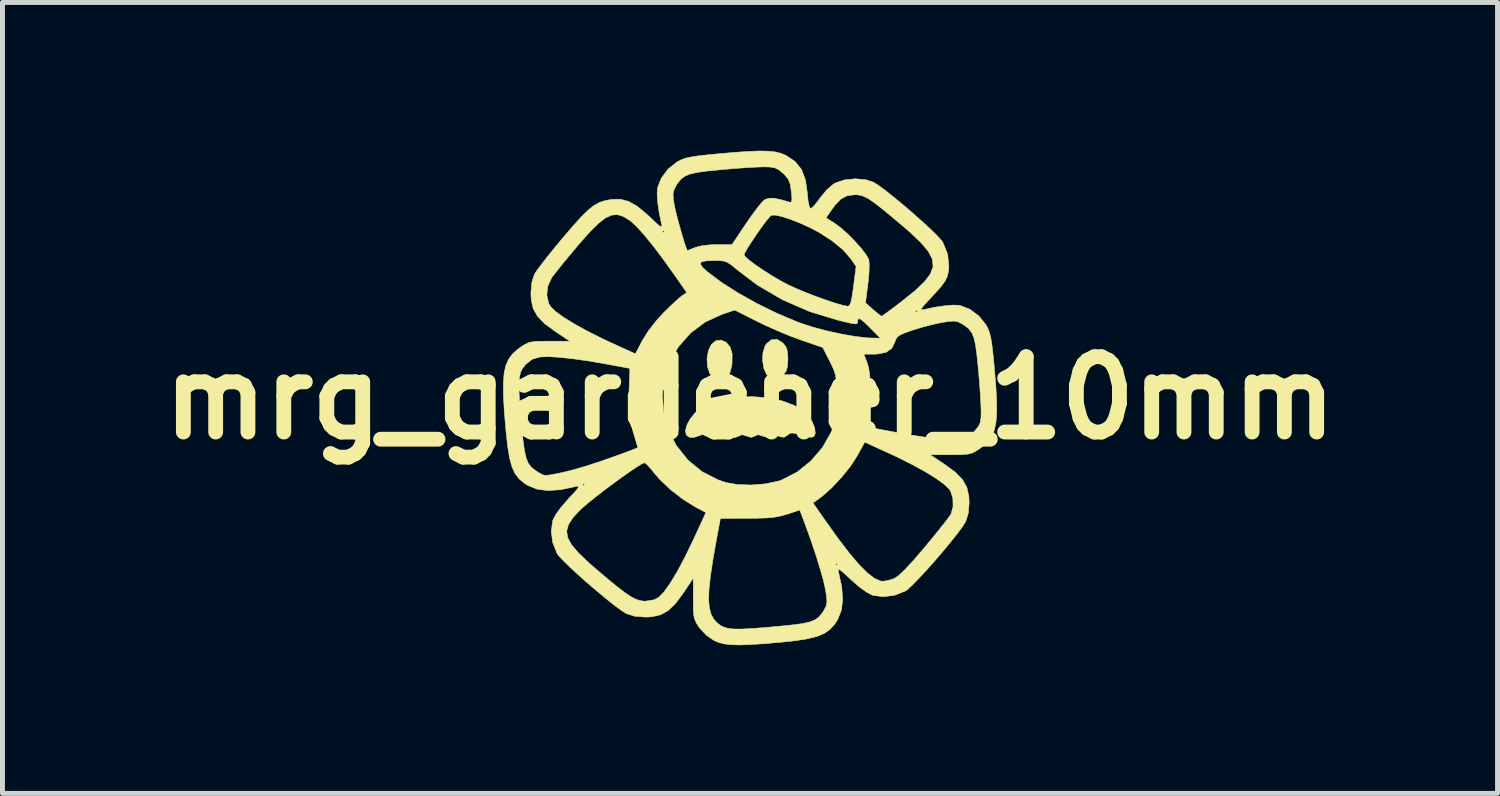
<source format=kicad_pcb>
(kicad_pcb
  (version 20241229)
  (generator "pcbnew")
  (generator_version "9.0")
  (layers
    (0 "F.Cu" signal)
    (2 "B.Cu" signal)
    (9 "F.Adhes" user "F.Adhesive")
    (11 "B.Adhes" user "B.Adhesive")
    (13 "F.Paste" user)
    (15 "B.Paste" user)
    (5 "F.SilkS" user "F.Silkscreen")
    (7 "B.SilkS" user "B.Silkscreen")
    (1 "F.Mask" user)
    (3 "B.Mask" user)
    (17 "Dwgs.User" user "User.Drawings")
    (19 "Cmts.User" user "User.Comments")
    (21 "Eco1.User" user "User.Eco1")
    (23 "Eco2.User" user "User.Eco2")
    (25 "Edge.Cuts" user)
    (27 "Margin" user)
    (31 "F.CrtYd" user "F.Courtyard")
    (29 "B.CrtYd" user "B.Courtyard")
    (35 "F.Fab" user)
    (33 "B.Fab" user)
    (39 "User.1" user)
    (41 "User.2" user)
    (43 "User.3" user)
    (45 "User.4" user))
  (footprint "mrg_gardener_10mm"
    (layer "F.Cu")
    (at 12.127 5.003)
    (property "Reference" "mrg_gardener_10mm" (at 0 0 0) (layer "F.SilkS") (effects (font (size 1.524 1.524) (thickness 0.3))))
    (attr through_hole)
    (fp_poly (pts (xy -0.482 -1.126) (xy -0.402 -1.03) (xy -0.362 -0.893) (xy -0.362 -0.887) (xy -0.365 -0.675) (xy -0.406 -0.512) (xy -0.481 -0.406) (xy -0.584 -0.363) (xy -0.709 -0.392) (xy -0.733 -0.405) (xy -0.814 -0.495) (xy -0.861 -0.633) (xy -0.871 -0.796) (xy -0.842 -0.958) (xy -0.784 -1.08) (xy -0.691 -1.159) (xy -0.584 -1.171) (xy -0.482 -1.126)) (stroke (width 0.01) (type solid)) (fill yes) (layer "F.SilkS"))
    (fp_poly (pts (xy 0.665 -1.113) (xy 0.726 -1.036) (xy 0.757 -0.946) (xy 0.766 -0.811) (xy 0.766 -0.786) (xy 0.759 -0.642) (xy 0.732 -0.546) (xy 0.675 -0.47) (xy 0.667 -0.462) (xy 0.588 -0.391) (xy 0.526 -0.37) (xy 0.443 -0.393) (xy 0.416 -0.404) (xy 0.334 -0.476) (xy 0.28 -0.601) (xy 0.254 -0.754) (xy 0.261 -0.912) (xy 0.303 -1.05) (xy 0.333 -1.098) (xy 0.438 -1.18) (xy 0.553 -1.184) (xy 0.665 -1.113)) (stroke (width 0.01) (type solid)) (fill yes) (layer "F.SilkS"))
    (fp_poly (pts (xy 0.365 -0.001) (xy 0.65 0.059) (xy 0.901 0.153) (xy 1.1 0.281) (xy 1.166 0.345) (xy 1.254 0.472) (xy 1.308 0.603) (xy 1.32 0.715) (xy 1.295 0.778) (xy 1.239 0.797) (xy 1.135 0.782) (xy 1.04 0.755) (xy 0.916 0.718) (xy 0.842 0.708) (xy 0.792 0.725) (xy 0.758 0.753) (xy 0.689 0.796) (xy 0.611 0.784) (xy 0.58 0.771) (xy 0.487 0.744) (xy 0.421 0.768) (xy 0.418 0.771) (xy 0.352 0.798) (xy 0.261 0.773) (xy 0.256 0.771) (xy 0.164 0.743) (xy 0.097 0.769) (xy 0.095 0.771) (xy 0.029 0.798) (xy -0.062 0.773) (xy -0.066 0.771) (xy -0.159 0.743) (xy -0.225 0.769) (xy -0.227 0.771) (xy -0.296 0.798) (xy -0.385 0.772) (xy -0.486 0.747) (xy -0.562 0.774) (xy -0.634 0.798) (xy -0.716 0.769) (xy -0.739 0.754) (xy -0.816 0.713) (xy -0.886 0.712) (xy -0.984 0.747) (xy -1.122 0.795) (xy -1.214 0.8) (xy -1.278 0.76) (xy -1.287 0.75) (xy -1.308 0.667) (xy -1.279 0.55) (xy -1.209 0.421) (xy -1.109 0.3) (xy -1.035 0.237) (xy -0.812 0.115) (xy -0.545 0.031) (xy -0.249 -0.016) (xy 0.059 -0.027) (xy 0.365 -0.001)) (stroke (width 0.01) (type solid)) (fill yes) (layer "F.SilkS"))
    (fp_poly (pts (xy 0.37 -4.994) (xy 0.509 -4.979) (xy 0.621 -4.952) (xy 0.717 -4.913) (xy 0.727 -4.909) (xy 0.912 -4.785) (xy 1.042 -4.623) (xy 1.122 -4.412) (xy 1.158 -4.159) (xy 1.175 -3.988) (xy 1.198 -3.876) (xy 1.223 -3.832) (xy 1.225 -3.832) (xy 1.27 -3.863) (xy 1.342 -3.945) (xy 1.423 -4.054) (xy 1.55 -4.209) (xy 1.685 -4.325) (xy 1.734 -4.354) (xy 1.917 -4.414) (xy 2.132 -4.435) (xy 2.343 -4.416) (xy 2.501 -4.364) (xy 2.599 -4.302) (xy 2.739 -4.199) (xy 2.909 -4.064) (xy 3.096 -3.91) (xy 3.289 -3.744) (xy 3.474 -3.58) (xy 3.641 -3.427) (xy 3.777 -3.295) (xy 3.869 -3.195) (xy 3.901 -3.152) (xy 3.999 -2.91) (xy 4.024 -2.663) (xy 4.013 -2.553) (xy 3.991 -2.459) (xy 3.95 -2.371) (xy 3.878 -2.27) (xy 3.764 -2.139) (xy 3.696 -2.067) (xy 3.57 -1.932) (xy 3.494 -1.845) (xy 3.464 -1.799) (xy 3.474 -1.783) (xy 3.519 -1.789) (xy 3.528 -1.791) (xy 3.737 -1.836) (xy 3.942 -1.866) (xy 4.12 -1.88) (xy 4.245 -1.874) (xy 4.25 -1.873) (xy 4.447 -1.796) (xy 4.631 -1.659) (xy 4.773 -1.482) (xy 4.776 -1.478) (xy 4.817 -1.399) (xy 4.849 -1.312) (xy 4.875 -1.202) (xy 4.898 -1.053) (xy 4.921 -0.85) (xy 4.939 -0.66) (xy 4.972 -0.277) (xy 4.99 0.037) (xy 4.992 0.29) (xy 4.977 0.492) (xy 4.943 0.653) (xy 4.887 0.781) (xy 4.81 0.887) (xy 4.707 0.98) (xy 4.643 1.028) (xy 4.559 1.083) (xy 4.484 1.118) (xy 4.398 1.138) (xy 4.278 1.147) (xy 4.103 1.149) (xy 4.056 1.149) (xy 3.645 1.148) (xy 3.948 1.351) (xy 4.158 1.506) (xy 4.301 1.654) (xy 4.388 1.809) (xy 4.428 1.989) (xy 4.434 2.118) (xy 4.417 2.332) (xy 4.365 2.498) (xy 4.364 2.501) (xy 4.301 2.601) (xy 4.197 2.742) (xy 4.061 2.913) (xy 3.905 3.101) (xy 3.739 3.295) (xy 3.574 3.481) (xy 3.419 3.648) (xy 3.287 3.784) (xy 3.187 3.876) (xy 3.146 3.905) (xy 2.928 3.992) (xy 2.696 4.022) (xy 2.483 3.993) (xy 2.474 3.99) (xy 2.362 3.932) (xy 2.217 3.828) (xy 2.059 3.69) (xy 2.04 3.673) (xy 1.912 3.553) (xy 1.831 3.486) (xy 1.791 3.467) (xy 1.785 3.492) (xy 1.788 3.508) (xy 1.855 3.821) (xy 1.875 4.08) (xy 1.848 4.297) (xy 1.773 4.486) (xy 1.71 4.582) (xy 1.618 4.683) (xy 1.505 4.763) (xy 1.357 4.825) (xy 1.164 4.873) (xy 0.913 4.912) (xy 0.636 4.942) (xy 0.288 4.972) (xy 0.009 4.99) (xy -0.211 4.998) (xy -0.385 4.993) (xy -0.522 4.977) (xy -0.633 4.948) (xy -0.727 4.909) (xy -0.88 4.803) (xy -1.014 4.661) (xy -1.028 4.643) (xy -1.083 4.559) (xy -1.118 4.484) (xy -1.138 4.397) (xy -1.147 4.277) (xy -1.149 4.102) (xy -1.149 4.079) (xy -0.837 4.079) (xy -0.823 4.246) (xy -0.788 4.376) (xy -0.732 4.478) (xy -0.662 4.554) (xy -0.598 4.603) (xy -0.528 4.639) (xy -0.441 4.663) (xy -0.326 4.675) (xy -0.172 4.676) (xy 0.03 4.666) (xy 0.293 4.646) (xy 0.602 4.618) (xy 0.869 4.591) (xy 1.07 4.564) (xy 1.216 4.53) (xy 1.322 4.486) (xy 1.4 4.426) (xy 1.465 4.345) (xy 1.504 4.283) (xy 1.541 4.207) (xy 1.556 4.131) (xy 1.55 4.028) (xy 1.528 3.885) (xy 1.489 3.707) (xy 1.423 3.471) (xy 1.391 3.367) (xy 1.734 3.367) (xy 1.754 3.387) (xy 1.774 3.367) (xy 1.754 3.346) (xy 1.734 3.367) (xy 1.391 3.367) (xy 1.338 3.195) (xy 1.238 2.896) (xy 1.128 2.59) (xy 1.092 2.494) (xy 1.006 2.267) (xy 0.755 2.351) (xy 0.629 2.387) (xy 0.498 2.412) (xy 0.342 2.427) (xy 0.14 2.434) (xy -0.048 2.436) (xy -0.599 2.437) (xy -0.682 2.882) (xy -0.752 3.277) (xy -0.801 3.603) (xy -0.83 3.867) (xy -0.837 4.079) (xy -1.149 4.079) (xy -1.149 4.057) (xy -1.149 3.646) (xy -1.351 3.949) (xy -1.507 4.159) (xy -1.654 4.301) (xy -1.81 4.388) (xy -1.991 4.428) (xy -2.118 4.434) (xy -2.332 4.417) (xy -2.498 4.365) (xy -2.501 4.364) (xy -2.601 4.301) (xy -2.742 4.197) (xy -2.913 4.061) (xy -3.101 3.905) (xy -3.295 3.739) (xy -3.481 3.574) (xy -3.648 3.419) (xy -3.784 3.287) (xy -3.876 3.187) (xy -3.905 3.146) (xy -3.992 2.928) (xy -4.022 2.696) (xy -4.021 2.689) (xy -3.71 2.689) (xy -3.691 2.824) (xy -3.612 2.97) (xy -3.472 3.135) (xy -3.267 3.331) (xy -3.125 3.455) (xy -2.879 3.663) (xy -2.684 3.823) (xy -2.529 3.941) (xy -2.407 4.023) (xy -2.307 4.074) (xy -2.22 4.102) (xy -2.137 4.112) (xy -2.115 4.112) (xy -1.94 4.084) (xy -1.843 4.032) (xy -1.738 3.921) (xy -1.611 3.742) (xy -1.467 3.502) (xy -1.31 3.207) (xy -1.146 2.866) (xy -1.144 2.863) (xy -0.893 2.319) (xy -1.11 2.203) (xy -1.239 2.123) (xy 1.274 2.123) (xy 1.51 2.462) (xy 1.773 2.831) (xy 2.003 3.132) (xy 2.201 3.366) (xy 2.371 3.537) (xy 2.515 3.649) (xy 2.636 3.703) (xy 2.688 3.709) (xy 2.792 3.694) (xy 2.913 3.656) (xy 2.92 3.653) (xy 3.008 3.593) (xy 3.138 3.47) (xy 3.311 3.283) (xy 3.528 3.029) (xy 3.538 3.018) (xy 3.694 2.829) (xy 3.834 2.656) (xy 3.949 2.511) (xy 4.029 2.405) (xy 4.066 2.351) (xy 4.108 2.204) (xy 4.105 2.036) (xy 4.059 1.887) (xy 4.03 1.842) (xy 3.928 1.745) (xy 3.761 1.625) (xy 3.54 1.489) (xy 3.275 1.344) (xy 2.978 1.195) (xy 2.833 1.128) (xy 2.321 0.894) (xy 2.163 1.181) (xy 2.03 1.385) (xy 1.853 1.604) (xy 1.657 1.814) (xy 1.463 1.987) (xy 1.393 2.04) (xy 1.274 2.123) (xy -1.239 2.123) (xy -1.362 2.046) (xy -1.61 1.854) (xy -1.827 1.648) (xy -1.944 1.511) (xy -2.029 1.406) (xy -2.1 1.333) (xy -2.137 1.31) (xy -2.191 1.334) (xy -2.296 1.399) (xy -2.439 1.495) (xy -2.608 1.615) (xy -2.791 1.748) (xy -2.975 1.886) (xy -3.147 2.02) (xy -3.296 2.14) (xy -3.408 2.238) (xy -3.433 2.261) (xy -3.579 2.417) (xy -3.672 2.557) (xy -3.71 2.689) (xy -4.021 2.689) (xy -3.993 2.483) (xy -3.99 2.474) (xy -3.932 2.362) (xy -3.828 2.217) (xy -3.69 2.059) (xy -3.673 2.04) (xy -3.553 1.912) (xy -3.486 1.831) (xy -3.467 1.791) (xy -3.492 1.785) (xy -3.508 1.788) (xy -3.825 1.855) (xy -4.088 1.875) (xy -4.31 1.845) (xy -4.5 1.767) (xy -4.521 1.754) (xy -3.387 1.754) (xy -3.367 1.774) (xy -3.346 1.754) (xy -3.367 1.734) (xy -3.387 1.754) (xy -4.521 1.754) (xy -4.566 1.725) (xy -4.671 1.638) (xy -4.753 1.533) (xy -4.816 1.397) (xy -4.865 1.218) (xy -4.904 0.985) (xy -4.937 0.684) (xy -4.939 0.66) (xy -4.972 0.277) (xy -4.99 -0.037) (xy -4.991 -0.171) (xy -4.676 -0.171) (xy -4.666 0.033) (xy -4.646 0.296) (xy -4.619 0.597) (xy -4.592 0.865) (xy -4.564 1.066) (xy -4.531 1.212) (xy -4.488 1.318) (xy -4.431 1.396) (xy -4.354 1.46) (xy -4.302 1.494) (xy -4.234 1.535) (xy -4.182 1.559) (xy -4.126 1.566) (xy -4.045 1.557) (xy -3.916 1.533) (xy -3.824 1.514) (xy -3.605 1.462) (xy -3.329 1.382) (xy -3.011 1.278) (xy -2.668 1.157) (xy -2.496 1.093) (xy -2.27 1.007) (xy -2.368 0.675) (xy -2.412 0.514) (xy -2.439 0.377) (xy -2.452 0.234) (xy -2.454 0.061) (xy -2.451 -0.058) (xy -1.775 -0.058) (xy -1.748 0.297) (xy -1.654 0.641) (xy -1.495 0.957) (xy -1.494 0.959) (xy -1.256 1.257) (xy -0.969 1.492) (xy -0.639 1.66) (xy -0.483 1.712) (xy -0.247 1.753) (xy 0.028 1.761) (xy 0.309 1.738) (xy 0.561 1.686) (xy 0.645 1.658) (xy 0.953 1.499) (xy 1.231 1.276) (xy 1.466 1.002) (xy 1.642 0.693) (xy 1.662 0.645) (xy 1.705 0.523) (xy 1.732 0.397) (xy 1.747 0.244) (xy 1.752 0.04) (xy 1.753 -0.021) (xy 1.752 -0.219) (xy 1.745 -0.361) (xy 1.729 -0.468) (xy 1.697 -0.566) (xy 1.646 -0.678) (xy 1.613 -0.744) (xy 1.54 -0.887) (xy 2.302 -0.887) (xy 2.369 -0.716) (xy 2.399 -0.617) (xy 2.419 -0.489) (xy 2.431 -0.317) (xy 2.437 -0.086) (xy 2.438 0.028) (xy 2.439 0.6) (xy 2.883 0.683) (xy 3.233 0.746) (xy 3.519 0.79) (xy 3.755 0.817) (xy 3.955 0.83) (xy 4.133 0.829) (xy 4.151 0.828) (xy 4.299 0.816) (xy 4.395 0.793) (xy 4.469 0.746) (xy 4.544 0.67) (xy 4.619 0.581) (xy 4.658 0.499) (xy 4.674 0.395) (xy 4.676 0.273) (xy 4.672 0.141) (xy 4.662 -0.049) (xy 4.646 -0.275) (xy 4.626 -0.515) (xy 4.618 -0.602) (xy 4.591 -0.869) (xy 4.564 -1.07) (xy 4.53 -1.216) (xy 4.486 -1.322) (xy 4.426 -1.4) (xy 4.345 -1.465) (xy 4.283 -1.504) (xy 4.207 -1.541) (xy 4.131 -1.556) (xy 4.028 -1.55) (xy 3.886 -1.528) (xy 3.707 -1.49) (xy 3.497 -1.436) (xy 3.299 -1.376) (xy 3.289 -1.372) (xy 3.13 -1.316) (xy 3.03 -1.271) (xy 2.974 -1.227) (xy 2.944 -1.172) (xy 2.934 -1.138) (xy 2.869 -1.005) (xy 2.753 -0.923) (xy 2.576 -0.889) (xy 2.513 -0.887) (xy 2.302 -0.887) (xy 1.54 -0.887) (xy 1.472 -1.021) (xy 1.028 -1.174) (xy 0.799 -1.259) (xy 0.537 -1.368) (xy 0.282 -1.483) (xy 0.138 -1.553) (xy -0.309 -1.779) (xy -0.564 -1.693) (xy -0.906 -1.537) (xy -1.203 -1.315) (xy -1.451 -1.033) (xy -1.624 -0.735) (xy -1.734 -0.408) (xy -1.775 -0.058) (xy -2.451 -0.058) (xy -2.449 -0.128) (xy -2.431 -0.598) (xy -2.879 -0.681) (xy -3.244 -0.745) (xy -3.574 -0.792) (xy -3.858 -0.823) (xy -4.086 -0.836) (xy -4.247 -0.829) (xy -4.257 -0.828) (xy -4.408 -0.783) (xy -4.531 -0.686) (xy -4.554 -0.662) (xy -4.603 -0.598) (xy -4.639 -0.528) (xy -4.663 -0.44) (xy -4.675 -0.325) (xy -4.676 -0.171) (xy -4.991 -0.171) (xy -4.992 -0.29) (xy -4.977 -0.492) (xy -4.943 -0.653) (xy -4.887 -0.781) (xy -4.81 -0.887) (xy -4.707 -0.98) (xy -4.643 -1.028) (xy -4.559 -1.083) (xy -4.484 -1.118) (xy -4.398 -1.138) (xy -4.278 -1.147) (xy -4.103 -1.149) (xy -4.056 -1.149) (xy -3.645 -1.148) (xy -3.948 -1.351) (xy -4.158 -1.506) (xy -4.301 -1.654) (xy -4.388 -1.809) (xy -4.428 -1.989) (xy -4.432 -2.078) (xy -4.112 -2.078) (xy -4.073 -1.912) (xy -4.03 -1.842) (xy -3.928 -1.744) (xy -3.761 -1.625) (xy -3.54 -1.489) (xy -3.275 -1.344) (xy -2.977 -1.195) (xy -2.832 -1.127) (xy -2.319 -0.893) (xy -2.179 -1.162) (xy -2.058 -1.355) (xy -1.896 -1.563) (xy -1.755 -1.718) (xy -1.623 -1.848) (xy -1.501 -1.962) (xy -1.409 -2.043) (xy -1.376 -2.068) (xy -1.28 -2.132) (xy -1.513 -2.467) (xy -1.688 -2.713) (xy -1.007 -2.713) (xy -0.962 -2.644) (xy -0.858 -2.549) (xy -0.578 -2.339) (xy -0.239 -2.123) (xy 0.14 -1.912) (xy 0.541 -1.715) (xy 0.944 -1.545) (xy 1.02 -1.516) (xy 1.266 -1.435) (xy 1.55 -1.359) (xy 1.846 -1.294) (xy 2.128 -1.245) (xy 2.371 -1.217) (xy 2.458 -1.213) (xy 2.638 -1.21) (xy 2.439 -1.411) (xy 2.316 -1.531) (xy 2.237 -1.595) (xy 2.193 -1.605) (xy 2.178 -1.567) (xy 2.177 -1.552) (xy 2.175 -1.519) (xy 2.16 -1.501) (xy 2.117 -1.499) (xy 2.031 -1.514) (xy 1.889 -1.547) (xy 1.794 -1.57) (xy 1.205 -1.749) (xy 0.65 -1.991) (xy 0.141 -2.29) (xy -0.249 -2.586) (xy -0.371 -2.687) (xy -0.461 -2.746) (xy -0.547 -2.773) (xy -0.655 -2.781) (xy -0.712 -2.781) (xy -0.886 -2.775) (xy -0.983 -2.754) (xy -1.007 -2.713) (xy -1.688 -2.713) (xy -1.742 -2.788) (xy -1.823 -2.896) (xy -0.121 -2.896) (xy -0.088 -2.85) (xy 0.001 -2.774) (xy 0.132 -2.677) (xy 0.291 -2.57) (xy 0.464 -2.461) (xy 0.637 -2.361) (xy 0.761 -2.295) (xy 0.922 -2.22) (xy 1.117 -2.139) (xy 1.328 -2.057) (xy 1.536 -1.982) (xy 1.725 -1.919) (xy 1.877 -1.875) (xy 1.974 -1.856) (xy 1.979 -1.856) (xy 2.011 -1.871) (xy 2.038 -1.927) (xy 2.062 -2.035) (xy 2.088 -2.208) (xy 2.095 -2.259) (xy 2.146 -2.663) (xy 2.036 -2.822) (xy 1.88 -3) (xy 1.661 -3.18) (xy 1.394 -3.352) (xy 1.23 -3.439) (xy 1.021 -3.535) (xy 0.82 -3.614) (xy 0.727 -3.645) (xy 1.539 -3.645) (xy 1.714 -3.534) (xy 1.84 -3.44) (xy 1.982 -3.313) (xy 2.124 -3.169) (xy 2.252 -3.025) (xy 2.35 -2.896) (xy 2.403 -2.8) (xy 2.405 -2.791) (xy 2.412 -2.703) (xy 2.409 -2.56) (xy 2.395 -2.386) (xy 2.385 -2.303) (xy 2.337 -1.925) (xy 2.489 -1.79) (xy 2.58 -1.713) (xy 2.644 -1.664) (xy 2.661 -1.655) (xy 2.699 -1.677) (xy 2.787 -1.74) (xy 2.805 -1.754) (xy 3.346 -1.754) (xy 3.367 -1.734) (xy 3.387 -1.754) (xy 3.367 -1.774) (xy 3.346 -1.754) (xy 2.805 -1.754) (xy 2.913 -1.834) (xy 3.064 -1.949) (xy 3.075 -1.958) (xy 3.335 -2.167) (xy 3.526 -2.347) (xy 3.649 -2.508) (xy 3.704 -2.658) (xy 3.689 -2.809) (xy 3.607 -2.968) (xy 3.457 -3.146) (xy 3.238 -3.353) (xy 3.085 -3.485) (xy 2.848 -3.684) (xy 2.663 -3.836) (xy 2.519 -3.948) (xy 2.408 -4.025) (xy 2.319 -4.073) (xy 2.243 -4.1) (xy 2.17 -4.111) (xy 2.12 -4.112) (xy 1.97 -4.094) (xy 1.846 -4.031) (xy 1.727 -3.911) (xy 1.657 -3.816) (xy 1.539 -3.645) (xy 0.727 -3.645) (xy 0.644 -3.671) (xy 0.508 -3.7) (xy 0.431 -3.698) (xy 0.389 -3.657) (xy 0.315 -3.566) (xy 0.222 -3.44) (xy 0.122 -3.296) (xy 0.026 -3.153) (xy -0.055 -3.026) (xy -0.107 -2.934) (xy -0.121 -2.896) (xy -1.823 -2.896) (xy -1.953 -3.068) (xy -2.14 -3.298) (xy -2.202 -3.367) (xy -1.774 -3.367) (xy -1.754 -3.346) (xy -1.734 -3.367) (xy -1.754 -3.387) (xy -1.774 -3.367) (xy -2.202 -3.367) (xy -2.297 -3.472) (xy -2.42 -3.584) (xy -2.43 -3.591) (xy -2.558 -3.67) (xy -2.677 -3.709) (xy -2.795 -3.701) (xy -2.922 -3.645) (xy -3.066 -3.535) (xy -3.236 -3.367) (xy -3.44 -3.137) (xy -3.485 -3.085) (xy -3.638 -2.901) (xy -3.781 -2.729) (xy -3.9 -2.58) (xy -3.986 -2.471) (xy -4.016 -2.429) (xy -4.093 -2.259) (xy -4.112 -2.078) (xy -4.432 -2.078) (xy -4.434 -2.118) (xy -4.417 -2.332) (xy -4.365 -2.498) (xy -4.364 -2.501) (xy -4.316 -2.576) (xy -4.224 -2.699) (xy -4.1 -2.859) (xy -3.951 -3.043) (xy -3.788 -3.239) (xy -3.781 -3.247) (xy -3.579 -3.483) (xy -3.416 -3.664) (xy -3.281 -3.796) (xy -3.165 -3.89) (xy -3.056 -3.952) (xy -2.944 -3.991) (xy -2.82 -4.015) (xy -2.803 -4.018) (xy -2.627 -4.022) (xy -2.46 -3.979) (xy -2.288 -3.883) (xy -2.096 -3.725) (xy -2.04 -3.673) (xy -1.913 -3.552) (xy -1.834 -3.483) (xy -1.793 -3.46) (xy -1.783 -3.477) (xy -1.792 -3.528) (xy -1.837 -3.742) (xy -1.867 -3.949) (xy -1.88 -4.122) (xy -1.558 -4.122) (xy -1.55 -4.012) (xy -1.532 -3.903) (xy -1.509 -3.793) (xy -1.472 -3.646) (xy -1.427 -3.48) (xy -1.38 -3.314) (xy -1.334 -3.164) (xy -1.297 -3.05) (xy -1.272 -2.989) (xy -1.267 -2.983) (xy -1.229 -2.997) (xy -1.144 -3.032) (xy -1.115 -3.044) (xy -0.987 -3.078) (xy -0.809 -3.099) (xy -0.667 -3.104) (xy -0.365 -3.104) (xy -0.081 -3.527) (xy 0.035 -3.694) (xy 0.144 -3.841) (xy 0.233 -3.95) (xy 0.291 -4.008) (xy 0.293 -4.009) (xy 0.376 -4.042) (xy 0.487 -4.042) (xy 0.644 -4.008) (xy 0.762 -3.973) (xy 0.816 -3.959) (xy 0.842 -3.972) (xy 0.848 -4.03) (xy 0.838 -4.148) (xy 0.835 -4.178) (xy 0.813 -4.325) (xy 0.775 -4.424) (xy 0.706 -4.509) (xy 0.668 -4.546) (xy 0.58 -4.619) (xy 0.499 -4.659) (xy 0.393 -4.674) (xy 0.273 -4.676) (xy 0.141 -4.672) (xy -0.049 -4.662) (xy -0.275 -4.646) (xy -0.515 -4.626) (xy -0.602 -4.618) (xy -0.869 -4.592) (xy -1.07 -4.564) (xy -1.216 -4.53) (xy -1.322 -4.486) (xy -1.4 -4.426) (xy -1.465 -4.345) (xy -1.504 -4.282) (xy -1.543 -4.202) (xy -1.558 -4.122) (xy -1.88 -4.122) (xy -1.88 -4.126) (xy -1.873 -4.248) (xy -1.873 -4.25) (xy -1.796 -4.447) (xy -1.659 -4.631) (xy -1.482 -4.773) (xy -1.478 -4.776) (xy -1.399 -4.817) (xy -1.312 -4.849) (xy -1.202 -4.875) (xy -1.053 -4.898) (xy -0.85 -4.921) (xy -0.66 -4.939) (xy -0.31 -4.97) (xy -0.028 -4.989) (xy 0.195 -4.998) (xy 0.37 -4.994)) (stroke (width 0.01) (type solid)) (fill yes) (layer "F.SilkS")))
  (gr_rect
    (start -3 -3)
    (end 27.253 13.005)
    (stroke (width 0.1) (type default))
    (fill no)
    (layer "Edge.Cuts")))
</source>
